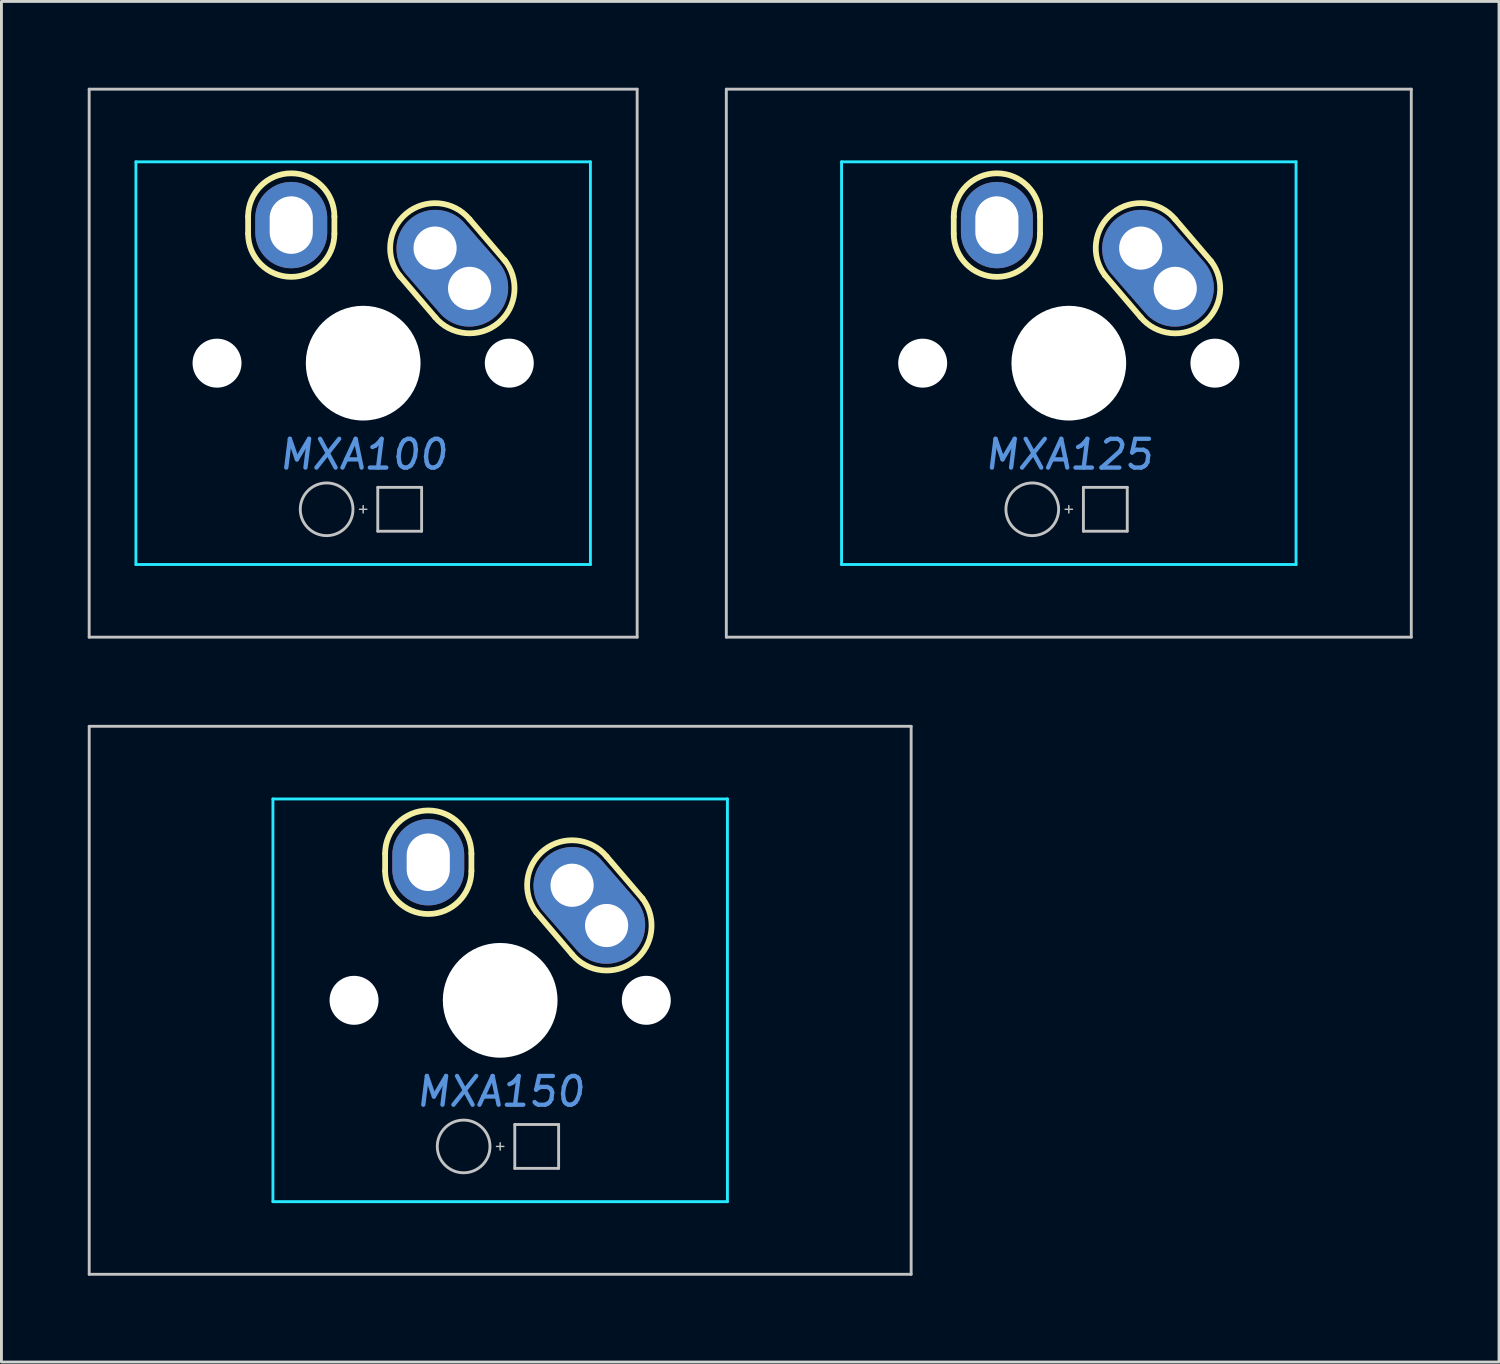
<source format=kicad_pcb>
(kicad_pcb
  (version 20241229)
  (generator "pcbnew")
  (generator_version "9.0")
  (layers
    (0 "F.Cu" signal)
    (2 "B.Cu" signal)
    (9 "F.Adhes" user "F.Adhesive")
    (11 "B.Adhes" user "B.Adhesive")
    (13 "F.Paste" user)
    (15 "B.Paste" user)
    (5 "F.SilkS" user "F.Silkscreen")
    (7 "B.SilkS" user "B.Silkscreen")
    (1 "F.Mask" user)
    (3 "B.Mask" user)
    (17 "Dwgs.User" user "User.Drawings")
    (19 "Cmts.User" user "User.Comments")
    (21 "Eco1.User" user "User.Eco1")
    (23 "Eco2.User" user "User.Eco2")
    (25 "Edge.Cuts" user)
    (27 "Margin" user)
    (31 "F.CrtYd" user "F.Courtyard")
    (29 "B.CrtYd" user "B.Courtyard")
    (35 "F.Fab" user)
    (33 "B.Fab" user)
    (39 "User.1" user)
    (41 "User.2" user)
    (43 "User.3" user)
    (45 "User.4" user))
  (footprint "MXA150"
    (layer "F.Cu")
    (at 14.338 31.725)
    (property "Reference" "MXA150" (at 0 3.175 0) (layer "Cmts.User") (effects (font (size 1 1) (thickness 0.15) (italic yes))))
    (attr through_hole)
    (fp_line (start -4 -4.5) (end -4 -5.1) (stroke (width 0.2) (type solid)) (layer "F.SilkS"))
    (fp_line (start -1 -4.5) (end -1 -5.1) (stroke (width 0.2) (type solid)) (layer "F.SilkS"))
    (fp_line (start 2.5 -1.6) (end 1.254 -3.058) (stroke (width 0.2) (type solid)) (layer "F.SilkS"))
    (fp_line (start 4.946 -3.542) (end 3.7 -5) (stroke (width 0.2) (type solid)) (layer "F.SilkS"))
    (fp_arc (start -4 -5.1) (mid -2.5 -6.6) (end -1 -5.1) (stroke (width 0.2) (type solid)) (layer "F.SilkS"))
    (fp_arc (start -1 -4.5) (mid -2.5 -3) (end -4 -4.5) (stroke (width 0.2) (type solid)) (layer "F.SilkS"))
    (fp_arc (start 1.254139 -3.057753) (mid 1.528606 -5.223271) (end 3.7 -5) (stroke (width 0.2) (type solid)) (layer "F.SilkS"))
    (fp_arc (start 4.945861 -3.542247) (mid 4.671394 -1.376729) (end 2.5 -1.6) (stroke (width 0.2) (type solid)) (layer "F.SilkS"))
    (fp_line (start -14.287 9.525) (end -14.287 -9.525) (stroke (width 0.1) (type solid)) (layer "Dwgs.User"))
    (fp_line (start -0.127 5.08) (end 0.127 5.08) (stroke (width 0.05) (type solid)) (layer "Dwgs.User"))
    (fp_line (start 0 4.953) (end 0 5.207) (stroke (width 0.05) (type solid)) (layer "Dwgs.User"))
    (fp_line (start 0.508 4.318) (end 0.508 5.842) (stroke (width 0.1) (type solid)) (layer "Dwgs.User"))
    (fp_line (start 0.508 4.318) (end 2.032 4.318) (stroke (width 0.1) (type solid)) (layer "Dwgs.User"))
    (fp_line (start 2.032 5.842) (end 0.508 5.842) (stroke (width 0.1) (type solid)) (layer "Dwgs.User"))
    (fp_line (start 2.032 5.842) (end 2.032 4.318) (stroke (width 0.1) (type solid)) (layer "Dwgs.User"))
    (fp_line (start 14.287 -9.525) (end -14.287 -9.525) (stroke (width 0.1) (type solid)) (layer "Dwgs.User"))
    (fp_line (start 14.287 -9.525) (end 14.287 9.525) (stroke (width 0.1) (type solid)) (layer "Dwgs.User"))
    (fp_line (start 14.287 9.525) (end -14.287 9.525) (stroke (width 0.1) (type solid)) (layer "Dwgs.User"))
    (fp_circle (center -1.27 5.08) (end -0.354 5.08) (stroke (width 0.1) (type solid)) (fill no) (layer "Dwgs.User"))
    (fp_line (start -7.9 -7) (end 7.9 -7) (stroke (width 0.1) (type solid)) (layer "B.CrtYd"))
    (fp_line (start -7.9 7) (end -7.9 -7) (stroke (width 0.1) (type solid)) (layer "B.CrtYd"))
    (fp_line (start -7.9 7) (end 7.9 7) (stroke (width 0.1) (type solid)) (layer "B.CrtYd"))
    (fp_line (start 7.9 7) (end 7.9 -7) (stroke (width 0.1) (type solid)) (layer "B.CrtYd"))
    (pad "" np_thru_hole circle (at -5.08 0) (size 1.702 1.702) (drill 1.702) (layers "*.Cu" "*.Mask"))
    (pad "" np_thru_hole circle (at 0 0) (size 3.988 3.988) (drill 3.988) (layers "*.Cu" "*.Mask"))
    (pad "" np_thru_hole circle (at 5.08 0) (size 1.702 1.702) (drill 1.702) (layers "*.Cu" "*.Mask"))
    (pad "1" thru_hole oval (at -2.5 -4.8) (size 2.5 3) (drill oval 1.5 2) (layers "*.Cu" "*.Mask"))
    (pad "2" thru_hole circle (at 2.5 -4 45) (size 2.5 2.5) (drill 1.5) (layers "*.Cu" "*.Mask"))
    (pad "2" smd oval (at 3.1 -3.3 221) (size 2.7 4.5) (layers "F.Cu" "F.Mask"))
    (pad "2" smd oval (at 3.1 -3.3 221) (size 2.7 4.5) (layers "B.Cu" "B.Mask"))
    (pad "2" thru_hole circle (at 3.7 -2.6 45) (size 2.5 2.5) (drill 1.5) (layers "*.Cu" "*.Mask")))
  (footprint "MXA125"
    (layer "F.Cu")
    (at 34.106 9.575)
    (property "Reference" "MXA125" (at 0 3.175 0) (layer "Cmts.User") (effects (font (size 1 1) (thickness 0.15) (italic yes))))
    (attr through_hole)
    (fp_line (start -4 -4.5) (end -4 -5.1) (stroke (width 0.2) (type solid)) (layer "F.SilkS"))
    (fp_line (start -1 -4.5) (end -1 -5.1) (stroke (width 0.2) (type solid)) (layer "F.SilkS"))
    (fp_line (start 2.5 -1.6) (end 1.254 -3.058) (stroke (width 0.2) (type solid)) (layer "F.SilkS"))
    (fp_line (start 4.946 -3.542) (end 3.7 -5) (stroke (width 0.2) (type solid)) (layer "F.SilkS"))
    (fp_arc (start -4 -5.1) (mid -2.5 -6.6) (end -1 -5.1) (stroke (width 0.2) (type solid)) (layer "F.SilkS"))
    (fp_arc (start -1 -4.5) (mid -2.5 -3) (end -4 -4.5) (stroke (width 0.2) (type solid)) (layer "F.SilkS"))
    (fp_arc (start 1.254139 -3.057753) (mid 1.528606 -5.223271) (end 3.7 -5) (stroke (width 0.2) (type solid)) (layer "F.SilkS"))
    (fp_arc (start 4.945861 -3.542247) (mid 4.671394 -1.376729) (end 2.5 -1.6) (stroke (width 0.2) (type solid)) (layer "F.SilkS"))
    (fp_line (start -11.906 -9.525) (end 11.906 -9.525) (stroke (width 0.1) (type solid)) (layer "Dwgs.User"))
    (fp_line (start -11.906 9.525) (end -11.906 -9.525) (stroke (width 0.1) (type solid)) (layer "Dwgs.User"))
    (fp_line (start -0.127 5.08) (end 0.127 5.08) (stroke (width 0.05) (type solid)) (layer "Dwgs.User"))
    (fp_line (start 0 4.953) (end 0 5.207) (stroke (width 0.05) (type solid)) (layer "Dwgs.User"))
    (fp_line (start 0.508 4.318) (end 0.508 5.842) (stroke (width 0.1) (type solid)) (layer "Dwgs.User"))
    (fp_line (start 0.508 4.318) (end 2.032 4.318) (stroke (width 0.1) (type solid)) (layer "Dwgs.User"))
    (fp_line (start 2.032 5.842) (end 0.508 5.842) (stroke (width 0.1) (type solid)) (layer "Dwgs.User"))
    (fp_line (start 2.032 5.842) (end 2.032 4.318) (stroke (width 0.1) (type solid)) (layer "Dwgs.User"))
    (fp_line (start 11.906 -9.525) (end 11.906 9.525) (stroke (width 0.1) (type solid)) (layer "Dwgs.User"))
    (fp_line (start 11.906 9.525) (end -11.906 9.525) (stroke (width 0.1) (type solid)) (layer "Dwgs.User"))
    (fp_circle (center -1.27 5.08) (end -0.354 5.08) (stroke (width 0.1) (type solid)) (fill no) (layer "Dwgs.User"))
    (fp_line (start -7.9 -7) (end 7.9 -7) (stroke (width 0.1) (type solid)) (layer "B.CrtYd"))
    (fp_line (start -7.9 7) (end -7.9 -7) (stroke (width 0.1) (type solid)) (layer "B.CrtYd"))
    (fp_line (start -7.9 7) (end 7.9 7) (stroke (width 0.1) (type solid)) (layer "B.CrtYd"))
    (fp_line (start 7.9 7) (end 7.9 -7) (stroke (width 0.1) (type solid)) (layer "B.CrtYd"))
    (pad "" np_thru_hole circle (at -5.08 0) (size 1.702 1.702) (drill 1.702) (layers "*.Cu" "*.Mask"))
    (pad "" np_thru_hole circle (at 0 0) (size 3.988 3.988) (drill 3.988) (layers "*.Cu" "*.Mask"))
    (pad "" np_thru_hole circle (at 5.08 0) (size 1.702 1.702) (drill 1.702) (layers "*.Cu" "*.Mask"))
    (pad "1" thru_hole oval (at -2.5 -4.8) (size 2.5 3) (drill oval 1.5 2) (layers "*.Cu" "*.Mask"))
    (pad "2" thru_hole circle (at 2.5 -4 45) (size 2.5 2.5) (drill 1.5) (layers "*.Cu" "*.Mask"))
    (pad "2" smd oval (at 3.1 -3.3 221) (size 2.7 4.5) (layers "F.Cu" "F.Mask"))
    (pad "2" smd oval (at 3.1 -3.3 221) (size 2.7 4.5) (layers "B.Cu" "B.Mask"))
    (pad "2" thru_hole circle (at 3.7 -2.6 45) (size 2.5 2.5) (drill 1.5) (layers "*.Cu" "*.Mask")))
  (footprint "MXA100"
    (layer "F.Cu")
    (at 9.575 9.575)
    (property "Reference" "MXA100" (at 0 3.175 0) (layer "Cmts.User") (effects (font (size 1 1) (thickness 0.15) (italic yes))))
    (attr through_hole)
    (fp_line (start -4 -4.5) (end -4 -5.1) (stroke (width 0.2) (type solid)) (layer "F.SilkS"))
    (fp_line (start -1 -4.5) (end -1 -5.1) (stroke (width 0.2) (type solid)) (layer "F.SilkS"))
    (fp_line (start 2.5 -1.6) (end 1.254 -3.058) (stroke (width 0.2) (type solid)) (layer "F.SilkS"))
    (fp_line (start 4.946 -3.542) (end 3.7 -5) (stroke (width 0.2) (type solid)) (layer "F.SilkS"))
    (fp_arc (start -4 -5.1) (mid -2.5 -6.6) (end -1 -5.1) (stroke (width 0.2) (type solid)) (layer "F.SilkS"))
    (fp_arc (start -1 -4.5) (mid -2.5 -3) (end -4 -4.5) (stroke (width 0.2) (type solid)) (layer "F.SilkS"))
    (fp_arc (start 1.3 -3) (mid 1.5 -5.2) (end 3.7 -5) (stroke (width 0.2) (type solid)) (layer "F.SilkS"))
    (fp_arc (start 4.9 -3.6) (mid 4.7 -1.4) (end 2.5 -1.6) (stroke (width 0.2) (type solid)) (layer "F.SilkS"))
    (fp_line (start -9.525 -9.525) (end 9.525 -9.525) (stroke (width 0.1) (type solid)) (layer "Dwgs.User"))
    (fp_line (start -9.525 9.525) (end -9.525 -9.525) (stroke (width 0.1) (type solid)) (layer "Dwgs.User"))
    (fp_line (start -0.127 5.08) (end 0.127 5.08) (stroke (width 0.05) (type solid)) (layer "Dwgs.User"))
    (fp_line (start 0 4.953) (end 0 5.207) (stroke (width 0.05) (type solid)) (layer "Dwgs.User"))
    (fp_line (start 0.508 4.318) (end 0.508 5.842) (stroke (width 0.1) (type solid)) (layer "Dwgs.User"))
    (fp_line (start 0.508 4.318) (end 2.032 4.318) (stroke (width 0.1) (type solid)) (layer "Dwgs.User"))
    (fp_line (start 2.032 5.842) (end 0.508 5.842) (stroke (width 0.1) (type solid)) (layer "Dwgs.User"))
    (fp_line (start 2.032 5.842) (end 2.032 4.318) (stroke (width 0.1) (type solid)) (layer "Dwgs.User"))
    (fp_line (start 9.525 -9.525) (end 9.525 9.525) (stroke (width 0.1) (type solid)) (layer "Dwgs.User"))
    (fp_line (start 9.525 9.525) (end -9.525 9.525) (stroke (width 0.1) (type solid)) (layer "Dwgs.User"))
    (fp_circle (center -1.27 5.08) (end -0.354 5.08) (stroke (width 0.1) (type solid)) (fill no) (layer "Dwgs.User"))
    (fp_line (start -7.9 -7) (end 7.9 -7) (stroke (width 0.1) (type solid)) (layer "B.CrtYd"))
    (fp_line (start -7.9 7) (end -7.9 -7) (stroke (width 0.1) (type solid)) (layer "B.CrtYd"))
    (fp_line (start -7.9 7) (end 7.9 7) (stroke (width 0.1) (type solid)) (layer "B.CrtYd"))
    (fp_line (start 7.9 7) (end 7.9 -7) (stroke (width 0.1) (type solid)) (layer "B.CrtYd"))
    (pad "" np_thru_hole circle (at -5.08 0) (size 1.702 1.702) (drill 1.702) (layers "*.Cu" "*.Mask"))
    (pad "" np_thru_hole circle (at 0 0) (size 3.988 3.988) (drill 3.988) (layers "*.Cu" "*.Mask"))
    (pad "" np_thru_hole circle (at 5.08 0) (size 1.702 1.702) (drill 1.702) (layers "*.Cu" "*.Mask"))
    (pad "1" thru_hole oval (at -2.5 -4.8) (size 2.5 3) (drill oval 1.5 2) (layers "*.Cu" "*.Mask"))
    (pad "2" thru_hole circle (at 2.5 -4 45) (size 2.5 2.5) (drill 1.5) (layers "*.Cu" "*.Mask"))
    (pad "2" smd oval (at 3.1 -3.3 221) (size 2.7 4.5) (layers "F.Cu" "F.Mask"))
    (pad "2" smd oval (at 3.1 -3.3 221) (size 2.7 4.5) (layers "B.Cu" "B.Mask"))
    (pad "2" thru_hole circle (at 3.7 -2.6 45) (size 2.5 2.5) (drill 1.5) (layers "*.Cu" "*.Mask")))
  (gr_rect
    (start -3 -3)
    (end 49.062 44.3)
    (stroke (width 0.1) (type default))
    (fill no)
    (layer "Edge.Cuts")))
</source>
